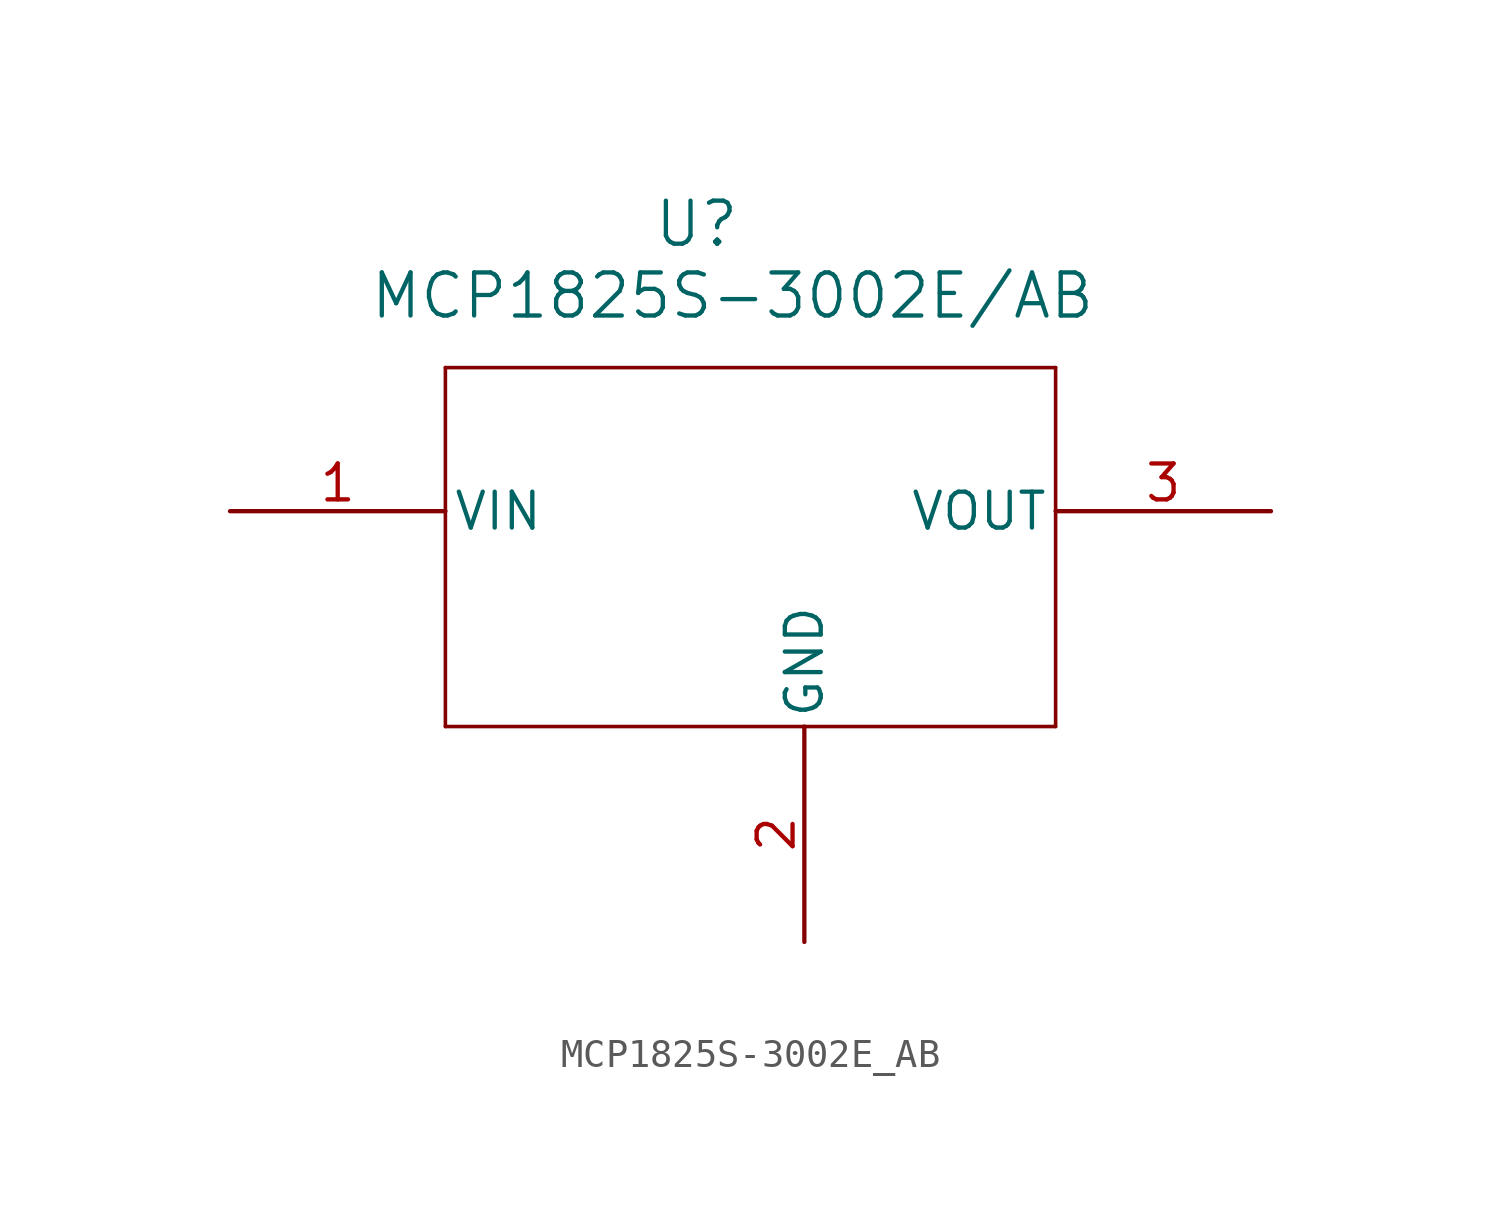
<source format=kicad_sym>
(kicad_symbol_lib
  (version 20220914)
  (generator kicad_symbol_editor)
  (symbol "MCP1825S-3002E_AB"
    (pin_names
      (offset 0.254))
    (property "Reference" "U"
      (at 16.51 10.16 0)
      (effects (font (size 1.524 1.524))))
    (property "Value" "MCP1825S-3002E/AB"
      (at 17.78 7.62 0)
      (effects (font (size 1.524 1.524))))
    (property "ki_locked" ""
      (at 0 0 0)
      (effects (font (size 1.27 1.27))))
    (symbol "MCP1825S-3002E_AB_1_1"
      (polyline (pts (xy 7.62 -7.62) (xy 29.21 -7.62)) (stroke (width 0.127) (type default)) (fill (type none)))
      (polyline (pts (xy 7.62 5.08) (xy 7.62 -7.62)) (stroke (width 0.127) (type default)) (fill (type none)))
      (polyline (pts (xy 29.21 -7.62) (xy 29.21 5.08)) (stroke (width 0.127) (type default)) (fill (type none)))
      (polyline (pts (xy 29.21 5.08) (xy 7.62 5.08)) (stroke (width 0.127) (type default)) (fill (type none)))
      (pin input line (at 0 0 0) (length 7.62) (name "VIN" (effects (font (size 1.27 1.27)))) (number "1" (effects (font (size 1.27 1.27)))))
      (pin power_in line (at 20.32 -15.24 90) (length 7.62) (name "GND" (effects (font (size 1.27 1.27)))) (number "2" (effects (font (size 1.27 1.27)))))
      (pin output line (at 36.83 0 180) (length 7.62) (name "VOUT" (effects (font (size 1.27 1.27)))) (number "3" (effects (font (size 1.27 1.27))))))))
</source>
